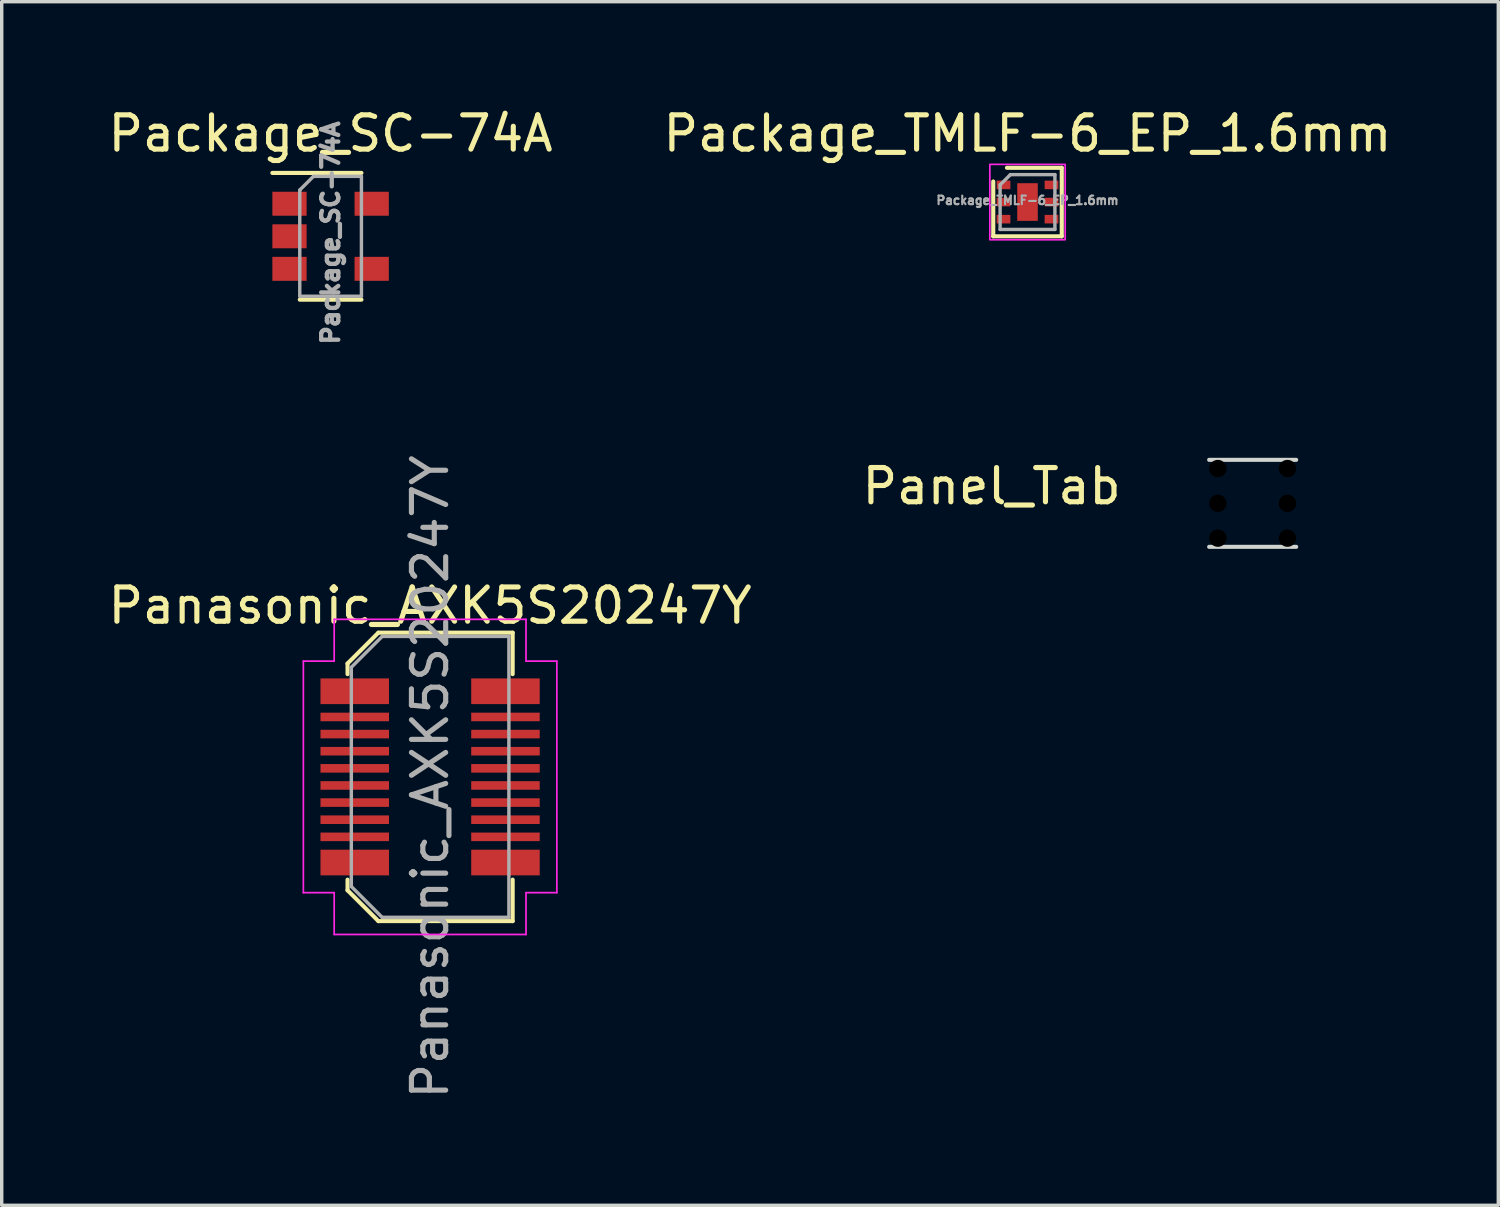
<source format=kicad_pcb>
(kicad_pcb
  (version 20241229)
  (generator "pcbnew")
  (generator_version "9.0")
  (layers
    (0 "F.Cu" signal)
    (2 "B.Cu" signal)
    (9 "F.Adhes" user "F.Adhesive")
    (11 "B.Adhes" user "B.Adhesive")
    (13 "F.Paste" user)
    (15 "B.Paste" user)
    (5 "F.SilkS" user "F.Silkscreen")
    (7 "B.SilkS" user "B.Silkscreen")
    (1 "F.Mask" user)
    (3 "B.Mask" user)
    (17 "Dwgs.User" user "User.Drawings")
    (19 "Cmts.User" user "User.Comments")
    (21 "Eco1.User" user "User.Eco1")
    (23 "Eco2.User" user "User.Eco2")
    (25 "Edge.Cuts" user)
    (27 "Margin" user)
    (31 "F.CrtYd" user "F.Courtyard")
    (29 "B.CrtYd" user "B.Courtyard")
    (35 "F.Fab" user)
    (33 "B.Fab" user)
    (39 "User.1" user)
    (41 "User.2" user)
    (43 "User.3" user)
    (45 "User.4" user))
  (footprint "Package_SC-74A"
    (layer "F.Cu")
    (at 6.601 3.848)
    (property "Reference" "Package_SC-74A" (at 0 -3 0) (unlocked yes) (layer "F.SilkS") (effects (font (size 1 1) (thickness 0.15))))
    (attr smd)
    (fp_line (start 0.9 -1.85) (end -1.7 -1.85) (stroke (width 0.12) (type solid)) (layer "F.SilkS"))
    (fp_line (start 0.9 1.85) (end -0.9 1.85) (stroke (width 0.12) (type solid)) (layer "F.SilkS"))
    (fp_line (start -0.9 -1.35) (end -0.9 1.75) (stroke (width 0.1) (type solid)) (layer "F.Fab"))
    (fp_line (start -0.9 1.75) (end 0.9 1.75) (stroke (width 0.1) (type solid)) (layer "F.Fab"))
    (fp_line (start -0.5 -1.75) (end -0.9 -1.35) (stroke (width 0.1) (type solid)) (layer "F.Fab"))
    (fp_line (start 0.9 -1.75) (end -0.5 -1.75) (stroke (width 0.1) (type solid)) (layer "F.Fab"))
    (fp_line (start 0.9 1.75) (end 0.9 -1.75) (stroke (width 0.1) (type solid)) (layer "F.Fab"))
    (fp_text user "${REFERENCE}" (at 0 -0.1 90) (unlocked yes) (layer "F.Fab") (effects (font (size 0.5 0.5) (thickness 0.125))))
    (pad "1" smd rect (at -1.2 -0.95 90) (size 0.7 1) (layers "F.Cu" "F.Mask" "F.Paste"))
    (pad "2" smd rect (at -1.2 0 90) (size 0.7 1) (layers "F.Cu" "F.Mask" "F.Paste"))
    (pad "3" smd rect (at -1.2 0.95 90) (size 0.7 1) (layers "F.Cu" "F.Mask" "F.Paste"))
    (pad "4" smd rect (at 1.2 0.95 90) (size 0.7 1) (layers "F.Cu" "F.Mask" "F.Paste"))
    (pad "5" smd rect (at 1.2 -0.95 90) (size 0.7 1) (layers "F.Cu" "F.Mask" "F.Paste")))
  (footprint "Panel_Tab"
    (layer "F.Cu")
    (at 32.249 10.374)
    (property "Reference" "Panel_Tab" (at -6.35 0.77 0) (unlocked yes) (layer "F.SilkS") (effects (font (size 1 1) (thickness 0.15))))
    (attr board_only exclude_from_pos_files exclude_from_bom)
    (fp_line (start 0 0) (end 2.54 0) (stroke (width 0.12) (type solid)) (layer "Edge.Cuts"))
    (fp_line (start 0 2.54) (end 2.54 2.54) (stroke (width 0.12) (type solid)) (layer "Edge.Cuts"))
    (pad "" np_thru_hole circle (at 0.254 0.254) (size 0.508 0.508) (drill 0.508) (layers "*.Mask"))
    (pad "" np_thru_hole circle (at 0.254 1.27) (size 0.508 0.508) (drill 0.508) (layers "*.Mask"))
    (pad "" np_thru_hole circle (at 0.254 2.286) (size 0.508 0.508) (drill 0.508) (layers "*.Mask"))
    (pad "" np_thru_hole circle (at 2.286 0.254) (size 0.508 0.508) (drill 0.508) (layers "*.Mask"))
    (pad "" np_thru_hole circle (at 2.286 1.27) (size 0.508 0.508) (drill 0.508) (layers "*.Mask"))
    (pad "" np_thru_hole circle (at 2.286 2.286) (size 0.508 0.508) (drill 0.508) (layers "*.Mask")))
  (footprint "Panasonic_AXK5S20247Y"
    (layer "F.Cu")
    (at 9.506 19.63)
    (property "Reference" "Panasonic_AXK5S20247Y" (at 0 -5 0) (unlocked yes) (layer "F.SilkS") (effects (font (size 1 1) (thickness 0.15))))
    (attr smd)
    (fp_line (start -2.41 -3.31) (end -1.51 -4.21) (stroke (width 0.12) (type solid)) (layer "F.SilkS"))
    (fp_line (start -2.41 -3) (end -2.41 -3.31) (stroke (width 0.12) (type solid)) (layer "F.SilkS"))
    (fp_line (start -2.41 3) (end -2.41 3.31) (stroke (width 0.12) (type solid)) (layer "F.SilkS"))
    (fp_line (start -2.41 3.31) (end -1.51 4.21) (stroke (width 0.12) (type solid)) (layer "F.SilkS"))
    (fp_line (start -1.51 -4.21) (end 2.41 -4.21) (stroke (width 0.12) (type solid)) (layer "F.SilkS"))
    (fp_line (start -1.51 4.21) (end 2.41 4.21) (stroke (width 0.12) (type solid)) (layer "F.SilkS"))
    (fp_line (start 2.41 -4.21) (end 2.41 -3) (stroke (width 0.12) (type solid)) (layer "F.SilkS"))
    (fp_line (start 2.41 4.21) (end 2.41 3) (stroke (width 0.12) (type solid)) (layer "F.SilkS"))
    (fp_line (start -3.7 -3.38) (end -3.7 3.38) (stroke (width 0.05) (type solid)) (layer "F.CrtYd"))
    (fp_line (start -3.7 -3.38) (end -2.8 -3.38) (stroke (width 0.05) (type solid)) (layer "F.CrtYd"))
    (fp_line (start -3.7 3.38) (end -2.8 3.38) (stroke (width 0.05) (type solid)) (layer "F.CrtYd"))
    (fp_line (start -2.8 -4.6) (end 2.8 -4.6) (stroke (width 0.05) (type solid)) (layer "F.CrtYd"))
    (fp_line (start -2.8 -3.38) (end -2.8 -4.6) (stroke (width 0.05) (type solid)) (layer "F.CrtYd"))
    (fp_line (start -2.8 4.6) (end -2.8 3.38) (stroke (width 0.05) (type solid)) (layer "F.CrtYd"))
    (fp_line (start 2.8 -4.6) (end 2.8 -3.38) (stroke (width 0.05) (type solid)) (layer "F.CrtYd"))
    (fp_line (start 2.8 -3.38) (end 3.7 -3.38) (stroke (width 0.05) (type solid)) (layer "F.CrtYd"))
    (fp_line (start 2.8 3.38) (end 2.8 4.6) (stroke (width 0.05) (type solid)) (layer "F.CrtYd"))
    (fp_line (start 2.8 3.38) (end 3.7 3.38) (stroke (width 0.05) (type solid)) (layer "F.CrtYd"))
    (fp_line (start 2.8 4.6) (end -2.8 4.6) (stroke (width 0.05) (type solid)) (layer "F.CrtYd"))
    (fp_line (start 3.7 -3.38) (end 3.7 3.38) (stroke (width 0.05) (type solid)) (layer "F.CrtYd"))
    (fp_line (start -2.3 -3.2) (end -1.4 -4.1) (stroke (width 0.1) (type solid)) (layer "F.Fab"))
    (fp_line (start -2.3 3.2) (end -2.3 -3.2) (stroke (width 0.1) (type solid)) (layer "F.Fab"))
    (fp_line (start -1.4 -4.1) (end 2.3 -4.1) (stroke (width 0.1) (type solid)) (layer "F.Fab"))
    (fp_line (start -1.4 4.1) (end -2.3 3.2) (stroke (width 0.1) (type solid)) (layer "F.Fab"))
    (fp_line (start 2.3 -4.1) (end 2.3 4.1) (stroke (width 0.1) (type solid)) (layer "F.Fab"))
    (fp_line (start 2.3 4.1) (end -1.4 4.1) (stroke (width 0.1) (type solid)) (layer "F.Fab"))
    (fp_text user "${REFERENCE}" (at 0 0 90) (unlocked yes) (layer "F.Fab") (effects (font (size 1 1) (thickness 0.15))))
    (pad "1" smd rect (at -2.2 -2.5) (size 2 0.75) (layers "F.Cu" "F.Mask" "F.Paste"))
    (pad "2" smd rect (at 2.2 -2.5) (size 2 0.75) (layers "F.Cu" "F.Mask" "F.Paste"))
    (pad "3" smd rect (at -2.2 -1.75) (size 2 0.25) (layers "F.Cu" "F.Mask" "F.Paste"))
    (pad "4" smd rect (at 2.2 -1.75) (size 2 0.25) (layers "F.Cu" "F.Mask" "F.Paste"))
    (pad "5" smd rect (at -2.2 -1.25) (size 2 0.25) (layers "F.Cu" "F.Mask" "F.Paste"))
    (pad "6" smd rect (at 2.2 -1.25) (size 2 0.25) (layers "F.Cu" "F.Mask" "F.Paste"))
    (pad "7" smd rect (at -2.2 -0.75) (size 2 0.25) (layers "F.Cu" "F.Mask" "F.Paste"))
    (pad "8" smd rect (at 2.2 -0.75) (size 2 0.25) (layers "F.Cu" "F.Mask" "F.Paste"))
    (pad "9" smd rect (at -2.2 -0.25) (size 2 0.25) (layers "F.Cu" "F.Mask" "F.Paste"))
    (pad "10" smd rect (at 2.2 -0.25) (size 2 0.25) (layers "F.Cu" "F.Mask" "F.Paste"))
    (pad "11" smd rect (at -2.2 0.25) (size 2 0.25) (layers "F.Cu" "F.Mask" "F.Paste"))
    (pad "12" smd rect (at 2.2 0.25) (size 2 0.25) (layers "F.Cu" "F.Mask" "F.Paste"))
    (pad "13" smd rect (at -2.2 0.75) (size 2 0.25) (layers "F.Cu" "F.Mask" "F.Paste"))
    (pad "14" smd rect (at 2.2 0.75) (size 2 0.25) (layers "F.Cu" "F.Mask" "F.Paste"))
    (pad "15" smd rect (at -2.2 1.25) (size 2 0.25) (layers "F.Cu" "F.Mask" "F.Paste"))
    (pad "16" smd rect (at 2.2 1.25) (size 2 0.25) (layers "F.Cu" "F.Mask" "F.Paste"))
    (pad "17" smd rect (at -2.2 1.75) (size 2 0.25) (layers "F.Cu" "F.Mask" "F.Paste"))
    (pad "18" smd rect (at 2.2 1.75) (size 2 0.25) (layers "F.Cu" "F.Mask" "F.Paste"))
    (pad "19" smd rect (at -2.2 2.5) (size 2 0.75) (layers "F.Cu" "F.Mask" "F.Paste"))
    (pad "20" smd rect (at 2.2 2.5) (size 2 0.75) (layers "F.Cu" "F.Mask" "F.Paste")))
  (footprint "Package_TMLF-6_EP_1.6mm"
    (layer "F.Cu")
    (at 26.946 2.848)
    (property "Reference" "Package_TMLF-6_EP_1.6mm" (at 0 -2 0) (unlocked yes) (layer "F.SilkS") (effects (font (size 1 1) (thickness 0.15))))
    (attr smd)
    (fp_line (start -1 -0.6) (end -1 1) (stroke (width 0.12) (type solid)) (layer "F.SilkS"))
    (fp_line (start -1 1) (end 1 1) (stroke (width 0.12) (type solid)) (layer "F.SilkS"))
    (fp_line (start 1 -1) (end -0.6 -1) (stroke (width 0.12) (type solid)) (layer "F.SilkS"))
    (fp_line (start 1 1) (end 1 -1) (stroke (width 0.12) (type solid)) (layer "F.SilkS"))
    (fp_rect (start -1.1 -1.1) (end 1.1 1.1) (stroke (width 0.05) (type solid)) (fill no) (layer "F.CrtYd"))
    (fp_line (start -0.8 -0.5) (end -0.5 -0.8) (stroke (width 0.1) (type solid)) (layer "F.Fab"))
    (fp_line (start -0.8 0.8) (end -0.8 -0.5) (stroke (width 0.1) (type solid)) (layer "F.Fab"))
    (fp_line (start -0.5 -0.8) (end 0.8 -0.8) (stroke (width 0.1) (type solid)) (layer "F.Fab"))
    (fp_line (start 0.8 -0.8) (end 0.8 0.8) (stroke (width 0.1) (type solid)) (layer "F.Fab"))
    (fp_line (start 0.8 0.8) (end -0.8 0.8) (stroke (width 0.1) (type solid)) (layer "F.Fab"))
    (fp_text user "${REFERENCE}" (at 0 -0.05 0) (unlocked yes) (layer "F.Fab") (effects (font (size 0.25 0.25) (thickness 0.062))))
    (pad "1" smd rect (at -0.7 -0.5) (size 0.4 0.25) (layers "F.Cu" "F.Mask" "F.Paste"))
    (pad "2" smd rect (at -0.7 0) (size 0.4 0.25) (layers "F.Cu" "F.Mask" "F.Paste"))
    (pad "3" smd rect (at -0.7 0.5) (size 0.4 0.25) (layers "F.Cu" "F.Mask" "F.Paste"))
    (pad "4" smd rect (at 0.7 0.5) (size 0.4 0.25) (layers "F.Cu" "F.Mask" "F.Paste"))
    (pad "5" smd rect (at 0.7 0) (size 0.4 0.25) (layers "F.Cu" "F.Mask" "F.Paste"))
    (pad "6" smd rect (at 0.7 -0.5) (size 0.4 0.25) (layers "F.Cu" "F.Mask" "F.Paste"))
    (pad "EP" smd rect (at 0 0) (size 0.6 1.1) (layers "F.Cu" "F.Mask" "F.Paste")))
  (gr_rect
    (start -3 -3)
    (end 40.69 32.136)
    (stroke (width 0.1) (type default))
    (fill no)
    (layer "Edge.Cuts")))
</source>
